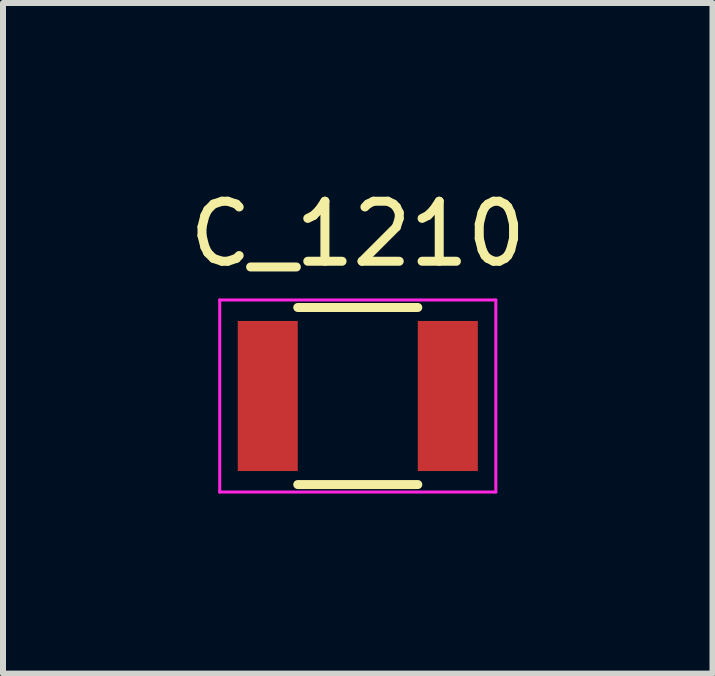
<source format=kicad_pcb>
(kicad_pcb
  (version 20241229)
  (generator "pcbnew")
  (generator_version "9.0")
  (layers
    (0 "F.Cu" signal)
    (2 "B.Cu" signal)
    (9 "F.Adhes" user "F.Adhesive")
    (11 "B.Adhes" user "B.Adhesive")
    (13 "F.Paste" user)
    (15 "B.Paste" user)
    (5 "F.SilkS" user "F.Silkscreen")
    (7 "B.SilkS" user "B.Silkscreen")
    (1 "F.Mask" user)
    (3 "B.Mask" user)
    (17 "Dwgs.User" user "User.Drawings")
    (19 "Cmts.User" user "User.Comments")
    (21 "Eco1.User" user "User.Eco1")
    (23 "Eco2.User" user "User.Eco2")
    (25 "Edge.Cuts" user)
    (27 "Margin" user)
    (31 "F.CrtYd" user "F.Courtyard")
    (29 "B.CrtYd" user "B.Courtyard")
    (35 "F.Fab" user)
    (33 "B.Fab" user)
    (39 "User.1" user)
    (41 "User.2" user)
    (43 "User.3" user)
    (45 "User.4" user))
  (footprint "C_1210"
    (layer "F.Cu")
    (at 2.911 3.548)
    (property "Reference" "C_1210" (at 0 -2.7 0) (layer "F.SilkS") (effects (font (size 1 1) (thickness 0.15))))
    (attr smd)
    (fp_line (start -1 1.475) (end 1 1.475) (stroke (width 0.15) (type solid)) (layer "F.SilkS"))
    (fp_line (start 1 -1.475) (end -1 -1.475) (stroke (width 0.15) (type solid)) (layer "F.SilkS"))
    (fp_line (start -2.3 -1.6) (end -2.3 1.6) (stroke (width 0.05) (type solid)) (layer "F.CrtYd"))
    (fp_line (start -2.3 -1.6) (end 2.3 -1.6) (stroke (width 0.05) (type solid)) (layer "F.CrtYd"))
    (fp_line (start -2.3 1.6) (end 2.3 1.6) (stroke (width 0.05) (type solid)) (layer "F.CrtYd"))
    (fp_line (start 2.3 -1.6) (end 2.3 1.6) (stroke (width 0.05) (type solid)) (layer "F.CrtYd"))
    (pad "1" smd rect (at -1.5 0) (size 1 2.5) (layers "F.Cu" "F.Mask" "F.Paste"))
    (pad "2" smd rect (at 1.5 0) (size 1 2.5) (layers "F.Cu" "F.Mask" "F.Paste")))
  (gr_rect
    (start -3 -3)
    (end 8.821 8.173)
    (stroke (width 0.1) (type default))
    (fill no)
    (layer "Edge.Cuts")))
</source>
